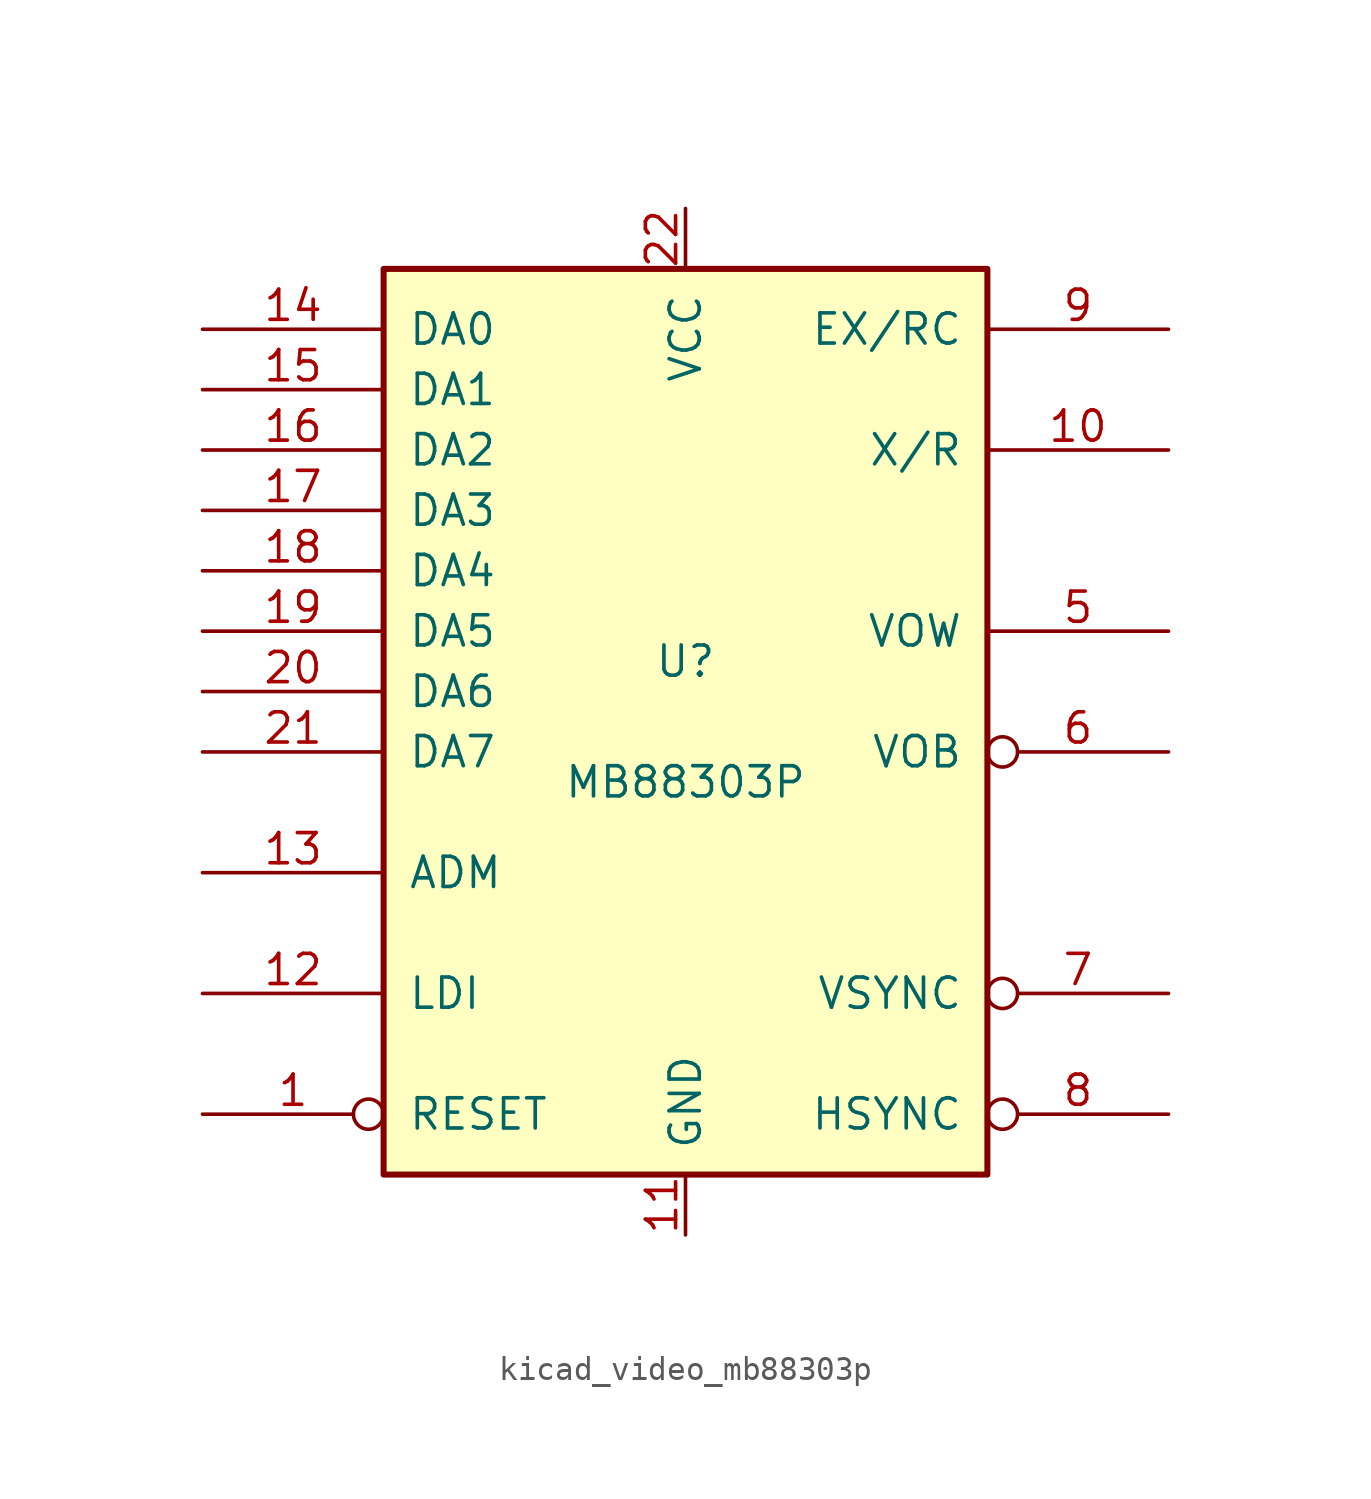
<source format=kicad_sym>
(kicad_symbol_lib
  (version 20220914)
  (generator kicad_symbol_editor)
  (symbol "kicad_video_mb88303p"
    (pin_names
      (offset 1.016))
    (property "Reference" "U"
      (at 0 2.54 0)
      (effects (font (size 1.27 1.27))))
    (property "Value" "MB88303P"
      (at 0 -2.54 0)
      (effects (font (size 1.27 1.27))))
    (symbol "kicad_video_mb88303p_0_1"
      (rectangle (start -12.7 -19.05) (end 12.7 19.05) (stroke (width 0.254) (type default)) (fill (type background))))
    (symbol "kicad_video_mb88303p_1_1"
      (pin input inverted (at -20.32 -16.51 0) (length 7.62) (name "RESET" (effects (font (size 1.27 1.27)))) (number "1" (effects (font (size 1.27 1.27)))))
      (pin output line (at 20.32 11.43 180) (length 7.62) (name "X/R" (effects (font (size 1.27 1.27)))) (number "10" (effects (font (size 1.27 1.27)))))
      (pin power_in line (at 0 -21.59 90) (length 2.54) (name "GND" (effects (font (size 1.27 1.27)))) (number "11" (effects (font (size 1.27 1.27)))))
      (pin input line (at -20.32 -11.43 0) (length 7.62) (name "LDI" (effects (font (size 1.27 1.27)))) (number "12" (effects (font (size 1.27 1.27)))))
      (pin input line (at -20.32 -6.35 0) (length 7.62) (name "ADM" (effects (font (size 1.27 1.27)))) (number "13" (effects (font (size 1.27 1.27)))))
      (pin input line (at -20.32 16.51 0) (length 7.62) (name "DA0" (effects (font (size 1.27 1.27)))) (number "14" (effects (font (size 1.27 1.27)))))
      (pin input line (at -20.32 13.97 0) (length 7.62) (name "DA1" (effects (font (size 1.27 1.27)))) (number "15" (effects (font (size 1.27 1.27)))))
      (pin input line (at -20.32 11.43 0) (length 7.62) (name "DA2" (effects (font (size 1.27 1.27)))) (number "16" (effects (font (size 1.27 1.27)))))
      (pin input line (at -20.32 8.89 0) (length 7.62) (name "DA3" (effects (font (size 1.27 1.27)))) (number "17" (effects (font (size 1.27 1.27)))))
      (pin input line (at -20.32 6.35 0) (length 7.62) (name "DA4" (effects (font (size 1.27 1.27)))) (number "18" (effects (font (size 1.27 1.27)))))
      (pin input line (at -20.32 3.81 0) (length 7.62) (name "DA5" (effects (font (size 1.27 1.27)))) (number "19" (effects (font (size 1.27 1.27)))))
      (pin input line (at -20.32 1.27 0) (length 7.62) (name "DA6" (effects (font (size 1.27 1.27)))) (number "20" (effects (font (size 1.27 1.27)))))
      (pin input line (at -20.32 -1.27 0) (length 7.62) (name "DA7" (effects (font (size 1.27 1.27)))) (number "21" (effects (font (size 1.27 1.27)))))
      (pin power_in line (at 0 21.59 270) (length 2.54) (name "VCC" (effects (font (size 1.27 1.27)))) (number "22" (effects (font (size 1.27 1.27)))))
      (pin output line (at 20.32 3.81 180) (length 7.62) (name "VOW" (effects (font (size 1.27 1.27)))) (number "5" (effects (font (size 1.27 1.27)))))
      (pin output inverted (at 20.32 -1.27 180) (length 7.62) (name "VOB" (effects (font (size 1.27 1.27)))) (number "6" (effects (font (size 1.27 1.27)))))
      (pin input inverted (at 20.32 -11.43 180) (length 7.62) (name "VSYNC" (effects (font (size 1.27 1.27)))) (number "7" (effects (font (size 1.27 1.27)))))
      (pin input inverted (at 20.32 -16.51 180) (length 7.62) (name "HSYNC" (effects (font (size 1.27 1.27)))) (number "8" (effects (font (size 1.27 1.27)))))
      (pin input line (at 20.32 16.51 180) (length 7.62) (name "EX/RC" (effects (font (size 1.27 1.27)))) (number "9" (effects (font (size 1.27 1.27))))))))
</source>
